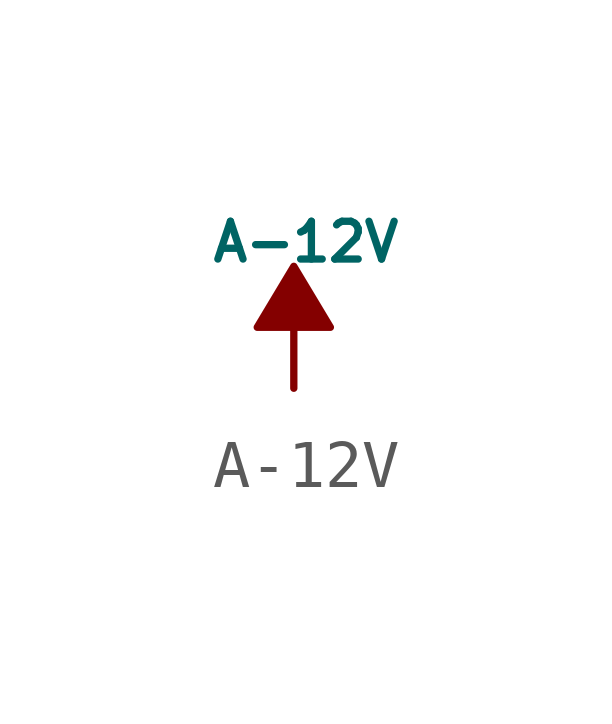
<source format=kicad_sym>
(kicad_symbol_lib
  (version 20220914)
  (generator kicad_symbol_editor)
  (symbol "A-12V"
    (power)
    (pin_numbers hide)
    (pin_names
      (offset 0) hide)
    (property "Reference" "#PWR"
      (at 0.508 -1.27 0)
      (effects (font (size 1.27 1.27)) hide))
    (property "Value" "A-12V"
      (at 0.254 3.048 0)
      (effects (font (size 0.787 0.787))))
    (symbol "A-12V_0_0"
      (pin power_in line (at 0 0 90) (length 0) hide (name "-12VA" (effects (font (size 1.27 1.27)))) (number "1" (effects (font (size 1.27 1.27))))))
    (symbol "A-12V_0_1"
      (polyline (pts (xy 0 0) (xy 0 1.27) (xy 0.762 1.27) (xy 0 2.54) (xy -0.762 1.27) (xy 0 1.27)) (stroke (width 0) (type solid)) (fill (type outline))))))
</source>
